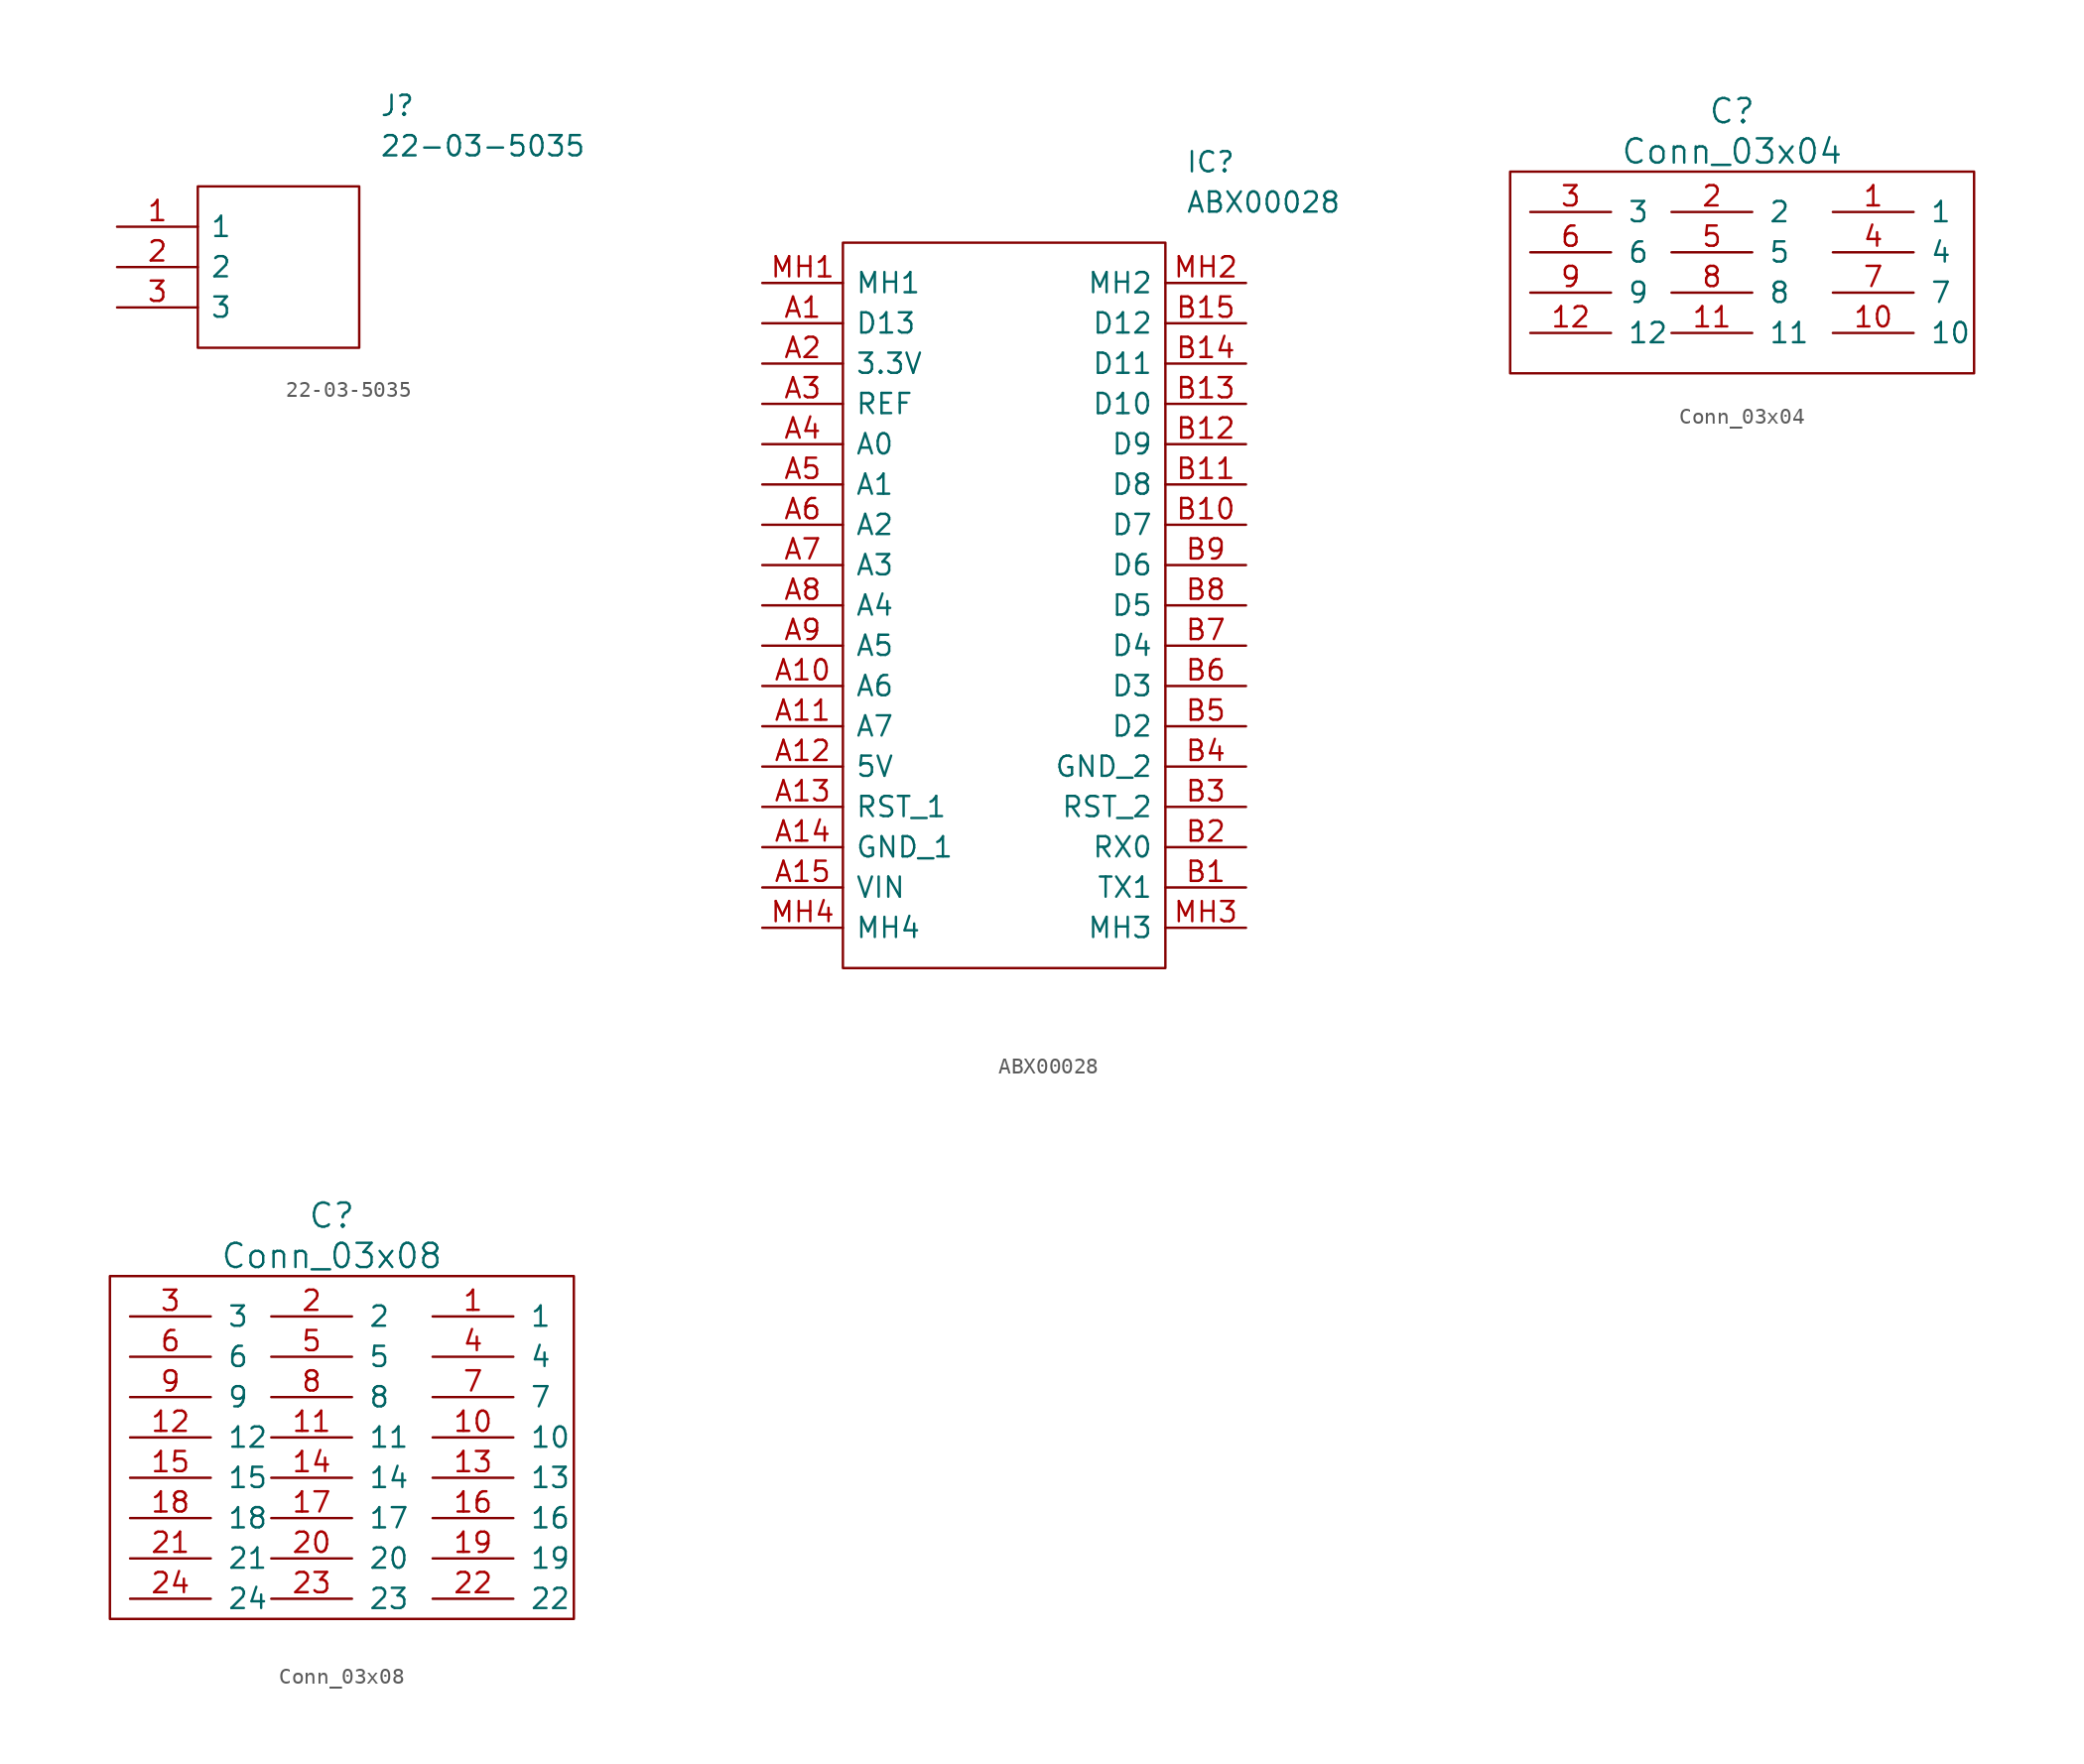
<source format=kicad_sym>
(kicad_symbol_lib
  (version 20231120)
  (generator "kicad_symbol_editor")
  (generator_version "8.0")
  (symbol "22-03-5035"
    (pin_names
      (offset 0.762))
    (property "Reference" "J"
      (at 16.51 7.62 0)
      (effects (font (size 1.27 1.27)) (justify left)))
    (property "Value" "22-03-5035"
      (at 16.51 5.08 0)
      (effects (font (size 1.27 1.27)) (justify left)))
    (symbol "22-03-5035_0_0"
      (pin passive line (at 0 0 0) (length 5.08) (name "1" (effects (font (size 1.27 1.27)))) (number "1" (effects (font (size 1.27 1.27)))))
      (pin passive line (at 0 -2.54 0) (length 5.08) (name "2" (effects (font (size 1.27 1.27)))) (number "2" (effects (font (size 1.27 1.27)))))
      (pin passive line (at 0 -5.08 0) (length 5.08) (name "3" (effects (font (size 1.27 1.27)))) (number "3" (effects (font (size 1.27 1.27))))))
    (symbol "22-03-5035_0_1"
      (polyline (pts (xy 5.08 2.54) (xy 15.24 2.54) (xy 15.24 -7.62) (xy 5.08 -7.62) (xy 5.08 2.54)) (stroke (width 0.152) (type default)) (fill (type none)))))
  (symbol "ABX00028"
    (pin_names
      (offset 0.762))
    (property "Reference" "IC"
      (at 26.67 7.62 0)
      (effects (font (size 1.27 1.27)) (justify left)))
    (property "Value" "ABX00028"
      (at 26.67 5.08 0)
      (effects (font (size 1.27 1.27)) (justify left)))
    (symbol "ABX00028_0_0"
      (pin passive line (at 0 -2.54 0) (length 5.08) (name "D13" (effects (font (size 1.27 1.27)))) (number "A1" (effects (font (size 1.27 1.27)))))
      (pin passive line (at 0 -25.4 0) (length 5.08) (name "A6" (effects (font (size 1.27 1.27)))) (number "A10" (effects (font (size 1.27 1.27)))))
      (pin passive line (at 0 -27.94 0) (length 5.08) (name "A7" (effects (font (size 1.27 1.27)))) (number "A11" (effects (font (size 1.27 1.27)))))
      (pin passive line (at 0 -30.48 0) (length 5.08) (name "5V" (effects (font (size 1.27 1.27)))) (number "A12" (effects (font (size 1.27 1.27)))))
      (pin passive line (at 0 -33.02 0) (length 5.08) (name "RST_1" (effects (font (size 1.27 1.27)))) (number "A13" (effects (font (size 1.27 1.27)))))
      (pin passive line (at 0 -35.56 0) (length 5.08) (name "GND_1" (effects (font (size 1.27 1.27)))) (number "A14" (effects (font (size 1.27 1.27)))))
      (pin passive line (at 0 -38.1 0) (length 5.08) (name "VIN" (effects (font (size 1.27 1.27)))) (number "A15" (effects (font (size 1.27 1.27)))))
      (pin passive line (at 0 -5.08 0) (length 5.08) (name "3.3V" (effects (font (size 1.27 1.27)))) (number "A2" (effects (font (size 1.27 1.27)))))
      (pin passive line (at 0 -7.62 0) (length 5.08) (name "REF" (effects (font (size 1.27 1.27)))) (number "A3" (effects (font (size 1.27 1.27)))))
      (pin passive line (at 0 -10.16 0) (length 5.08) (name "A0" (effects (font (size 1.27 1.27)))) (number "A4" (effects (font (size 1.27 1.27)))))
      (pin passive line (at 0 -12.7 0) (length 5.08) (name "A1" (effects (font (size 1.27 1.27)))) (number "A5" (effects (font (size 1.27 1.27)))))
      (pin passive line (at 0 -15.24 0) (length 5.08) (name "A2" (effects (font (size 1.27 1.27)))) (number "A6" (effects (font (size 1.27 1.27)))))
      (pin passive line (at 0 -17.78 0) (length 5.08) (name "A3" (effects (font (size 1.27 1.27)))) (number "A7" (effects (font (size 1.27 1.27)))))
      (pin passive line (at 0 -20.32 0) (length 5.08) (name "A4" (effects (font (size 1.27 1.27)))) (number "A8" (effects (font (size 1.27 1.27)))))
      (pin passive line (at 0 -22.86 0) (length 5.08) (name "A5" (effects (font (size 1.27 1.27)))) (number "A9" (effects (font (size 1.27 1.27)))))
      (pin passive line (at 30.48 -38.1 180) (length 5.08) (name "TX1" (effects (font (size 1.27 1.27)))) (number "B1" (effects (font (size 1.27 1.27)))))
      (pin passive line (at 30.48 -15.24 180) (length 5.08) (name "D7" (effects (font (size 1.27 1.27)))) (number "B10" (effects (font (size 1.27 1.27)))))
      (pin passive line (at 30.48 -12.7 180) (length 5.08) (name "D8" (effects (font (size 1.27 1.27)))) (number "B11" (effects (font (size 1.27 1.27)))))
      (pin passive line (at 30.48 -10.16 180) (length 5.08) (name "D9" (effects (font (size 1.27 1.27)))) (number "B12" (effects (font (size 1.27 1.27)))))
      (pin passive line (at 30.48 -7.62 180) (length 5.08) (name "D10" (effects (font (size 1.27 1.27)))) (number "B13" (effects (font (size 1.27 1.27)))))
      (pin passive line (at 30.48 -5.08 180) (length 5.08) (name "D11" (effects (font (size 1.27 1.27)))) (number "B14" (effects (font (size 1.27 1.27)))))
      (pin passive line (at 30.48 -2.54 180) (length 5.08) (name "D12" (effects (font (size 1.27 1.27)))) (number "B15" (effects (font (size 1.27 1.27)))))
      (pin passive line (at 30.48 -35.56 180) (length 5.08) (name "RX0" (effects (font (size 1.27 1.27)))) (number "B2" (effects (font (size 1.27 1.27)))))
      (pin passive line (at 30.48 -33.02 180) (length 5.08) (name "RST_2" (effects (font (size 1.27 1.27)))) (number "B3" (effects (font (size 1.27 1.27)))))
      (pin passive line (at 30.48 -30.48 180) (length 5.08) (name "GND_2" (effects (font (size 1.27 1.27)))) (number "B4" (effects (font (size 1.27 1.27)))))
      (pin passive line (at 30.48 -27.94 180) (length 5.08) (name "D2" (effects (font (size 1.27 1.27)))) (number "B5" (effects (font (size 1.27 1.27)))))
      (pin passive line (at 30.48 -25.4 180) (length 5.08) (name "D3" (effects (font (size 1.27 1.27)))) (number "B6" (effects (font (size 1.27 1.27)))))
      (pin passive line (at 30.48 -22.86 180) (length 5.08) (name "D4" (effects (font (size 1.27 1.27)))) (number "B7" (effects (font (size 1.27 1.27)))))
      (pin passive line (at 30.48 -20.32 180) (length 5.08) (name "D5" (effects (font (size 1.27 1.27)))) (number "B8" (effects (font (size 1.27 1.27)))))
      (pin passive line (at 30.48 -17.78 180) (length 5.08) (name "D6" (effects (font (size 1.27 1.27)))) (number "B9" (effects (font (size 1.27 1.27)))))
      (pin passive line (at 0 0 0) (length 5.08) (name "MH1" (effects (font (size 1.27 1.27)))) (number "MH1" (effects (font (size 1.27 1.27)))))
      (pin passive line (at 30.48 0 180) (length 5.08) (name "MH2" (effects (font (size 1.27 1.27)))) (number "MH2" (effects (font (size 1.27 1.27)))))
      (pin passive line (at 30.48 -40.64 180) (length 5.08) (name "MH3" (effects (font (size 1.27 1.27)))) (number "MH3" (effects (font (size 1.27 1.27)))))
      (pin passive line (at 0 -40.64 0) (length 5.08) (name "MH4" (effects (font (size 1.27 1.27)))) (number "MH4" (effects (font (size 1.27 1.27))))))
    (symbol "ABX00028_0_1"
      (polyline (pts (xy 5.08 2.54) (xy 25.4 2.54) (xy 25.4 -43.18) (xy 5.08 -43.18) (xy 5.08 2.54)) (stroke (width 0.152) (type default)) (fill (type none)))))
  (symbol "Conn_03x04"
    (pin_names
      (offset 1.016))
    (property "Reference" "C"
      (at 0 2.54 0)
      (effects (font (size 1.524 1.524))))
    (property "Value" "Conn_03x04"
      (at 0 0 0)
      (effects (font (size 1.524 1.524))))
    (symbol "Conn_03x04_0_1"
      (rectangle (start -13.97 -1.27) (end 15.24 -13.97) (stroke (width 0) (type default)) (fill (type none))))
    (symbol "Conn_03x04_1_1"
      (pin input line (at 6.35 -3.81 0) (length 5.08) (name "1" (effects (font (size 1.27 1.27)))) (number "1" (effects (font (size 1.27 1.27)))))
      (pin input line (at 6.35 -11.43 0) (length 5.08) (name "10" (effects (font (size 1.27 1.27)))) (number "10" (effects (font (size 1.27 1.27)))))
      (pin input line (at -3.81 -11.43 0) (length 5.08) (name "11" (effects (font (size 1.27 1.27)))) (number "11" (effects (font (size 1.27 1.27)))))
      (pin input line (at -12.7 -11.43 0) (length 5.08) (name "12" (effects (font (size 1.27 1.27)))) (number "12" (effects (font (size 1.27 1.27)))))
      (pin input line (at -3.81 -3.81 0) (length 5.08) (name "2" (effects (font (size 1.27 1.27)))) (number "2" (effects (font (size 1.27 1.27)))))
      (pin input line (at -12.7 -3.81 0) (length 5.08) (name "3" (effects (font (size 1.27 1.27)))) (number "3" (effects (font (size 1.27 1.27)))))
      (pin input line (at 6.35 -6.35 0) (length 5.08) (name "4" (effects (font (size 1.27 1.27)))) (number "4" (effects (font (size 1.27 1.27)))))
      (pin input line (at -3.81 -6.35 0) (length 5.08) (name "5" (effects (font (size 1.27 1.27)))) (number "5" (effects (font (size 1.27 1.27)))))
      (pin input line (at -12.7 -6.35 0) (length 5.08) (name "6" (effects (font (size 1.27 1.27)))) (number "6" (effects (font (size 1.27 1.27)))))
      (pin input line (at 6.35 -8.89 0) (length 5.08) (name "7" (effects (font (size 1.27 1.27)))) (number "7" (effects (font (size 1.27 1.27)))))
      (pin input line (at -3.81 -8.89 0) (length 5.08) (name "8" (effects (font (size 1.27 1.27)))) (number "8" (effects (font (size 1.27 1.27)))))
      (pin input line (at -12.7 -8.89 0) (length 5.08) (name "9" (effects (font (size 1.27 1.27)))) (number "9" (effects (font (size 1.27 1.27)))))))
  (symbol "Conn_03x08"
    (pin_names
      (offset 1.016))
    (property "Reference" "C"
      (at 0 2.54 0)
      (effects (font (size 1.524 1.524))))
    (property "Value" "Conn_03x08"
      (at 0 0 0)
      (effects (font (size 1.524 1.524))))
    (symbol "Conn_03x08_0_1"
      (rectangle (start -13.97 -1.27) (end 15.24 -22.86) (stroke (width 0) (type default)) (fill (type none))))
    (symbol "Conn_03x08_1_1"
      (pin input line (at 6.35 -3.81 0) (length 5.08) (name "1" (effects (font (size 1.27 1.27)))) (number "1" (effects (font (size 1.27 1.27)))))
      (pin input line (at 6.35 -11.43 0) (length 5.08) (name "10" (effects (font (size 1.27 1.27)))) (number "10" (effects (font (size 1.27 1.27)))))
      (pin input line (at -3.81 -11.43 0) (length 5.08) (name "11" (effects (font (size 1.27 1.27)))) (number "11" (effects (font (size 1.27 1.27)))))
      (pin input line (at -12.7 -11.43 0) (length 5.08) (name "12" (effects (font (size 1.27 1.27)))) (number "12" (effects (font (size 1.27 1.27)))))
      (pin input line (at 6.35 -13.97 0) (length 5.08) (name "13" (effects (font (size 1.27 1.27)))) (number "13" (effects (font (size 1.27 1.27)))))
      (pin input line (at -3.81 -13.97 0) (length 5.08) (name "14" (effects (font (size 1.27 1.27)))) (number "14" (effects (font (size 1.27 1.27)))))
      (pin input line (at -12.7 -13.97 0) (length 5.08) (name "15" (effects (font (size 1.27 1.27)))) (number "15" (effects (font (size 1.27 1.27)))))
      (pin input line (at 6.35 -16.51 0) (length 5.08) (name "16" (effects (font (size 1.27 1.27)))) (number "16" (effects (font (size 1.27 1.27)))))
      (pin input line (at -3.81 -16.51 0) (length 5.08) (name "17" (effects (font (size 1.27 1.27)))) (number "17" (effects (font (size 1.27 1.27)))))
      (pin input line (at -12.7 -16.51 0) (length 5.08) (name "18" (effects (font (size 1.27 1.27)))) (number "18" (effects (font (size 1.27 1.27)))))
      (pin input line (at 6.35 -19.05 0) (length 5.08) (name "19" (effects (font (size 1.27 1.27)))) (number "19" (effects (font (size 1.27 1.27)))))
      (pin input line (at -3.81 -3.81 0) (length 5.08) (name "2" (effects (font (size 1.27 1.27)))) (number "2" (effects (font (size 1.27 1.27)))))
      (pin input line (at -3.81 -19.05 0) (length 5.08) (name "20" (effects (font (size 1.27 1.27)))) (number "20" (effects (font (size 1.27 1.27)))))
      (pin input line (at -12.7 -19.05 0) (length 5.08) (name "21" (effects (font (size 1.27 1.27)))) (number "21" (effects (font (size 1.27 1.27)))))
      (pin input line (at 6.35 -21.59 0) (length 5.08) (name "22" (effects (font (size 1.27 1.27)))) (number "22" (effects (font (size 1.27 1.27)))))
      (pin input line (at -3.81 -21.59 0) (length 5.08) (name "23" (effects (font (size 1.27 1.27)))) (number "23" (effects (font (size 1.27 1.27)))))
      (pin input line (at -12.7 -21.59 0) (length 5.08) (name "24" (effects (font (size 1.27 1.27)))) (number "24" (effects (font (size 1.27 1.27)))))
      (pin input line (at -12.7 -3.81 0) (length 5.08) (name "3" (effects (font (size 1.27 1.27)))) (number "3" (effects (font (size 1.27 1.27)))))
      (pin input line (at 6.35 -6.35 0) (length 5.08) (name "4" (effects (font (size 1.27 1.27)))) (number "4" (effects (font (size 1.27 1.27)))))
      (pin input line (at -3.81 -6.35 0) (length 5.08) (name "5" (effects (font (size 1.27 1.27)))) (number "5" (effects (font (size 1.27 1.27)))))
      (pin input line (at -12.7 -6.35 0) (length 5.08) (name "6" (effects (font (size 1.27 1.27)))) (number "6" (effects (font (size 1.27 1.27)))))
      (pin input line (at 6.35 -8.89 0) (length 5.08) (name "7" (effects (font (size 1.27 1.27)))) (number "7" (effects (font (size 1.27 1.27)))))
      (pin input line (at -3.81 -8.89 0) (length 5.08) (name "8" (effects (font (size 1.27 1.27)))) (number "8" (effects (font (size 1.27 1.27)))))
      (pin input line (at -12.7 -8.89 0) (length 5.08) (name "9" (effects (font (size 1.27 1.27)))) (number "9" (effects (font (size 1.27 1.27))))))))
</source>
